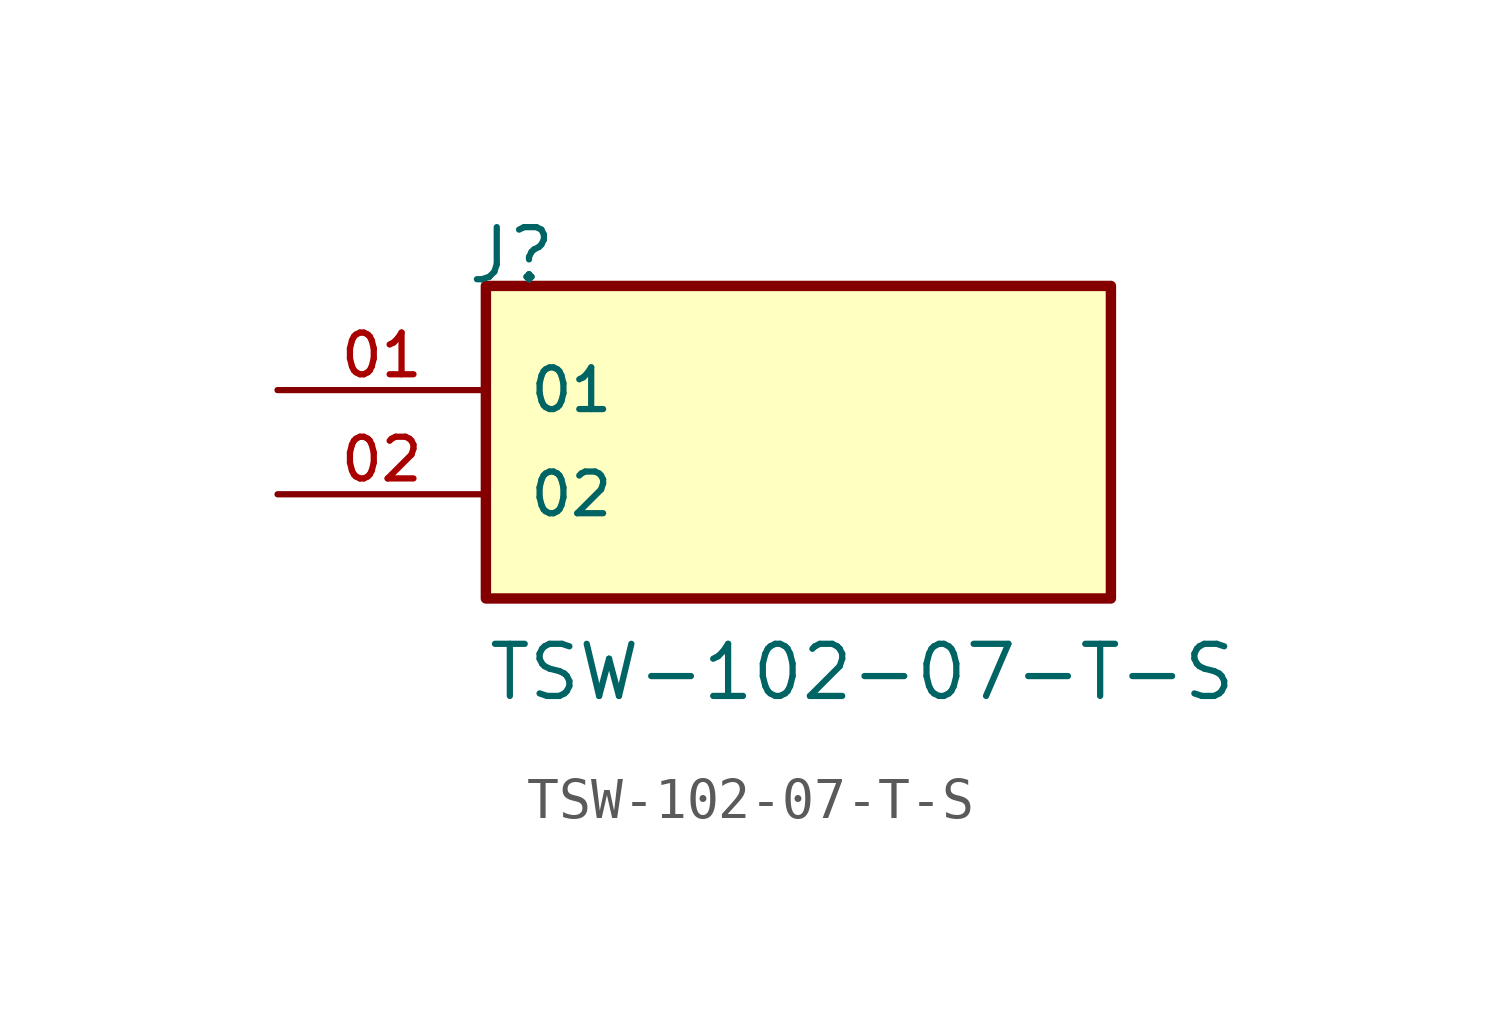
<source format=kicad_sym>
(kicad_symbol_lib
  (version 20211014)
  (generator kicad_symbol_editor)
  (symbol "TSW-102-07-T-S"
    (pin_names
      (offset 1.016))
    (property "Reference" "J"
      (at -8.12 5.08 0)
      (effects (font (size 1.27 1.27)) (justify bottom left)))
    (property "Value" "TSW-102-07-T-S"
      (at -7.62 -5.08 0)
      (effects (font (size 1.27 1.27)) (justify bottom left)))
    (symbol "TSW-102-07-T-S_0_0"
      (rectangle (start -7.62 -2.54) (end 7.62 5.08) (stroke (width 0.254)) (fill (type background)))
      (pin passive line (at -12.7 2.54 0) (length 5.08) (name "01" (effects (font (size 1.016 1.016)))) (number "01" (effects (font (size 1.016 1.016)))))
      (pin passive line (at -12.7 0.0 0) (length 5.08) (name "02" (effects (font (size 1.016 1.016)))) (number "02" (effects (font (size 1.016 1.016))))))))
</source>
